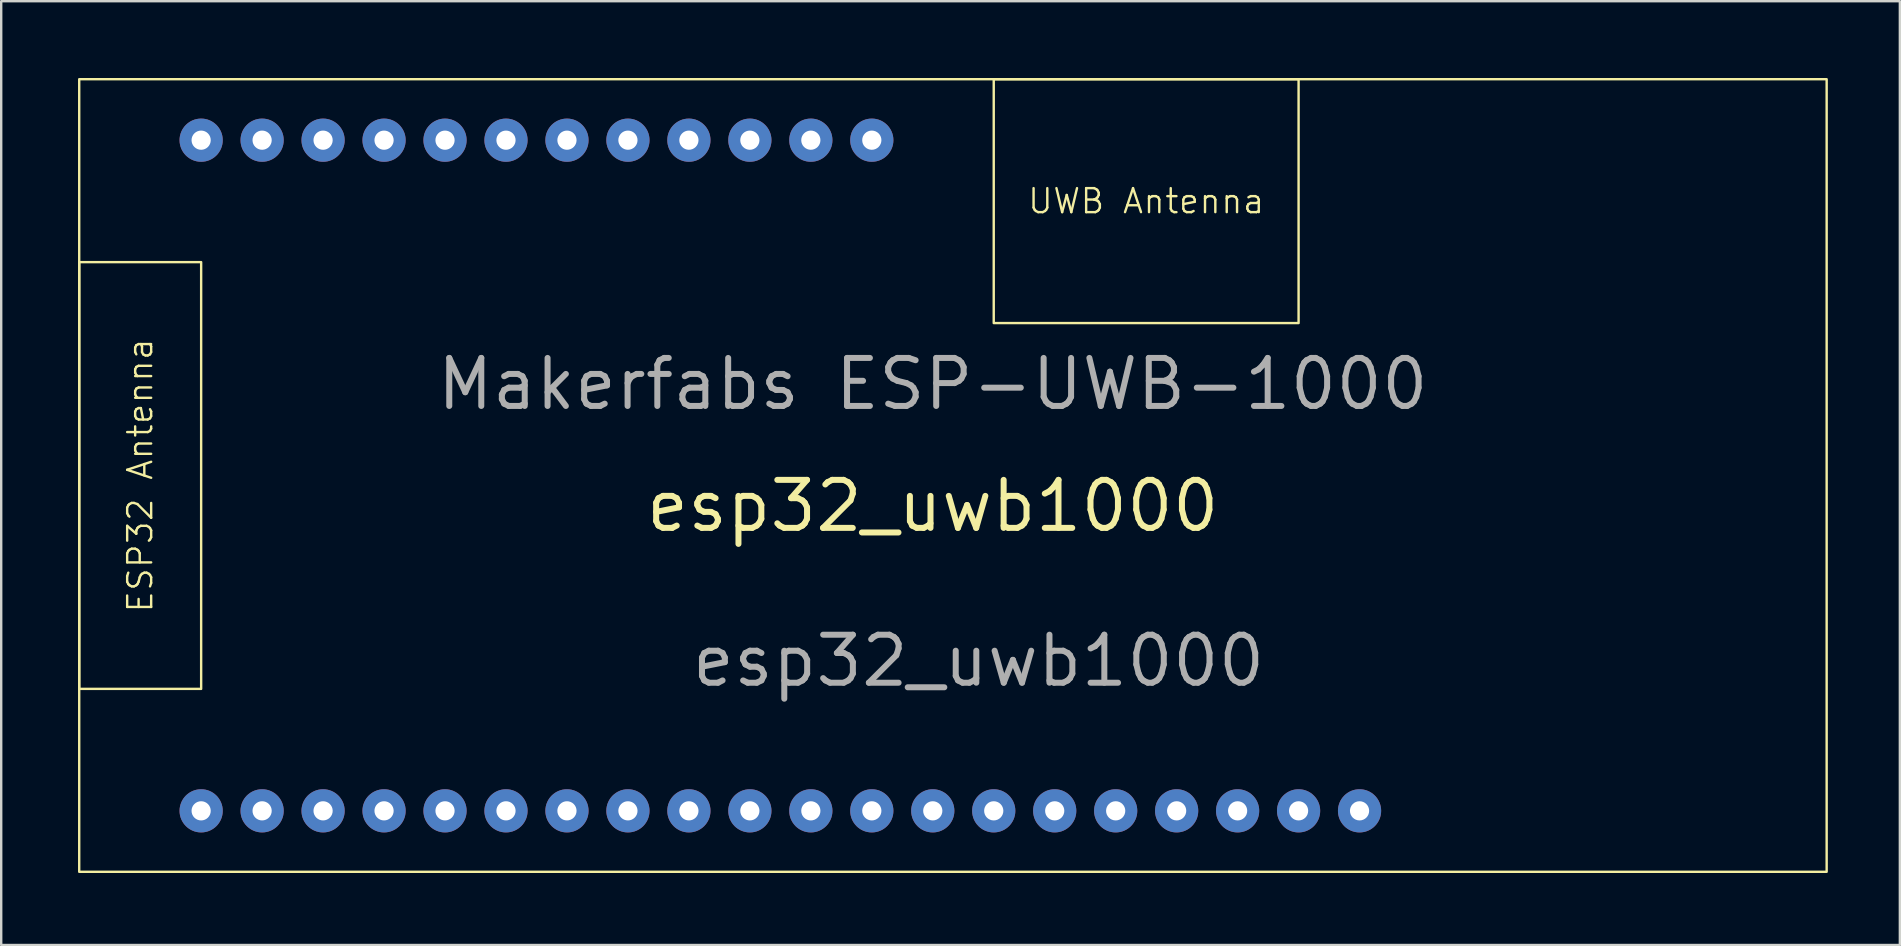
<source format=kicad_pcb>
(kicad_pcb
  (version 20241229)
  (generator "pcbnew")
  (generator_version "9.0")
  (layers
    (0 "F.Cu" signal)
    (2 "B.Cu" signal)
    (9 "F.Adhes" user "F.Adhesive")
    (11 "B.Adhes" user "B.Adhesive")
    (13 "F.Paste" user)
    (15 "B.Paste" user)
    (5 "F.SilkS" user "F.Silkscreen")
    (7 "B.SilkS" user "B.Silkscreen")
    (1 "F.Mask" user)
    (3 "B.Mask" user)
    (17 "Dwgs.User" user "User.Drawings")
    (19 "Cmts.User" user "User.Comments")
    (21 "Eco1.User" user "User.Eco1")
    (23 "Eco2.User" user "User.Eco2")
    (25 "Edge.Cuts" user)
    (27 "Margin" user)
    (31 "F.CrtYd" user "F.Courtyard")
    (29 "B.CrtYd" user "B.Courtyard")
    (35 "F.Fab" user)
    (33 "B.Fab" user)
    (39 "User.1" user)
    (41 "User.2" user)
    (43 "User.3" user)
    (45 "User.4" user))
  (footprint "esp32_uwb1000"
    (layer "F.Cu")
    (at 0.25 0.25)
    (property "Reference" "esp32_uwb1000" (at 35.56 17.78 0) (unlocked yes) (layer "F.SilkS") (effects (font (size 2 2) (thickness 0.25))))
    (fp_rect (start 0 0) (end 72.8 33.02) (stroke (width 0.1) (type solid)) (fill no) (layer "F.SilkS"))
    (fp_rect (start 0 7.62) (end 5.08 25.4) (stroke (width 0.1) (type default)) (fill no) (layer "F.SilkS"))
    (fp_rect (start 38.1 0) (end 50.8 10.16) (stroke (width 0.1) (type default)) (fill no) (layer "F.SilkS"))
    (fp_text user "ESP32 Antenna" (at 2.54 16.51 90) (unlocked yes) (layer "F.SilkS") (effects (font (size 1 1) (thickness 0.1))))
    (fp_text user "UWB Antenna" (at 44.45 5.08 0) (unlocked yes) (layer "F.SilkS") (effects (font (size 1 1) (thickness 0.1))))
    (fp_text user "Makerfabs ESP-UWB-1000" (at 35.56 12.7 0) (unlocked yes) (layer "F.Fab") (effects (font (size 2 2) (thickness 0.25))))
    (fp_text user "${REFERENCE} " (at 25.4 25.4 0) (unlocked yes) (layer "F.Fab") (effects (font (size 2 2) (thickness 0.25)) (justify left bottom)))
    (fp_text user "IO19" (at 30.48 33.02 90) (unlocked yes) (layer "User.4") (effects (font (size 0.5 0.5) (thickness 0.062)) (justify left)))
    (fp_text user "IO22" (at 30.48 0 90) (unlocked yes) (layer "User.4") (effects (font (size 0.5 0.5) (thickness 0.062)) (justify right)))
    (fp_text user "IO14" (at 22.86 33.02 90) (unlocked yes) (layer "User.4") (effects (font (size 0.5 0.5) (thickness 0.062)) (justify left)))
    (fp_text user "IO16" (at 22.86 0 90) (unlocked yes) (layer "User.4") (effects (font (size 0.5 0.5) (thickness 0.062)) (justify right)))
    (fp_text user "GND" (at 7.62 0 90) (unlocked yes) (layer "User.4") (effects (font (size 0.5 0.5) (thickness 0.062)) (justify right)))
    (fp_text user "IO27" (at 38.1 33.02 90) (unlocked yes) (layer "User.4") (effects (font (size 0.5 0.5) (thickness 0.062)) (justify left)))
    (fp_text user "IO4" (at 17.78 0 90) (unlocked yes) (layer "User.4") (effects (font (size 0.5 0.5) (thickness 0.062)) (justify right)))
    (fp_text user "IO2" (at 15.24 33.02 90) (unlocked yes) (layer "User.4") (effects (font (size 0.5 0.5) (thickness 0.062)) (justify left)))
    (fp_text user "3V3" (at 5.08 33.02 90) (unlocked yes) (layer "User.4") (effects (font (size 0.5 0.5) (thickness 0.062)) (justify left)))
    (fp_text user "IO36" (at 50.8 33.02 90) (unlocked yes) (layer "User.4") (effects (font (size 0.5 0.5) (thickness 0.062)) (justify left)))
    (fp_text user "GND" (at 7.62 33.02 90) (unlocked yes) (layer "User.4") (effects (font (size 0.5 0.5) (thickness 0.062)) (justify left)))
    (fp_text user "IO39" (at 53.34 33.02 90) (unlocked yes) (layer "User.4") (effects (font (size 0.5 0.5) (thickness 0.062)) (justify left)))
    (fp_text user "RST" (at 10.16 33.02 90) (unlocked yes) (layer "User.4") (effects (font (size 0.5 0.5) (thickness 0.062)) (justify left)))
    (fp_text user "5V0" (at 5.08 0 90) (unlocked yes) (layer "User.4") (effects (font (size 0.5 0.5) (thickness 0.062)) (justify right)))
    (fp_text user "IO5" (at 20.32 0 90) (unlocked yes) (layer "User.4") (effects (font (size 0.5 0.5) (thickness 0.062)) (justify right)))
    (fp_text user "IO17" (at 25.4 0 90) (unlocked yes) (layer "User.4") (effects (font (size 0.5 0.5) (thickness 0.062)) (justify right)))
    (fp_text user "IO21" (at 27.94 0 90) (unlocked yes) (layer "User.4") (effects (font (size 0.5 0.5) (thickness 0.062)) (justify right)))
    (fp_text user "IO3" (at 10.16 0 90) (unlocked yes) (layer "User.4") (effects (font (size 0.5 0.5) (thickness 0.062)) (justify right)))
    (fp_text user "IO18" (at 27.94 33.02 90) (unlocked yes) (layer "User.4") (effects (font (size 0.5 0.5) (thickness 0.062)) (justify left)))
    (fp_text user "IO12" (at 17.78 33.02 90) (unlocked yes) (layer "User.4") (effects (font (size 0.5 0.5) (thickness 0.062)) (justify left)))
    (fp_text user "IO1" (at 12.7 0 90) (unlocked yes) (layer "User.4") (effects (font (size 0.5 0.5) (thickness 0.062)) (justify right)))
    (fp_text user "IO23" (at 33.02 0 90) (unlocked yes) (layer "User.4") (effects (font (size 0.5 0.5) (thickness 0.062)) (justify right)))
    (fp_text user "GND" (at 12.7 33.02 90) (unlocked yes) (layer "User.4") (effects (font (size 0.5 0.5) (thickness 0.062)) (justify left)))
    (fp_text user "IO0" (at 15.24 0 90) (unlocked yes) (layer "User.4") (effects (font (size 0.5 0.5) (thickness 0.062)) (justify right)))
    (fp_text user "IO26" (at 35.56 33.02 90) (unlocked yes) (layer "User.4") (effects (font (size 0.5 0.5) (thickness 0.062)) (justify left)))
    (fp_text user "IO13" (at 20.32 33.02 90) (unlocked yes) (layer "User.4") (effects (font (size 0.5 0.5) (thickness 0.062)) (justify left)))
    (fp_text user "IO33" (at 43.18 33.02 90) (unlocked yes) (layer "User.4") (effects (font (size 0.5 0.5) (thickness 0.062)) (justify left)))
    (fp_text user "IO32" (at 40.64 33.02 90) (unlocked yes) (layer "User.4") (effects (font (size 0.5 0.5) (thickness 0.062)) (justify left)))
    (fp_text user "IO34" (at 45.72 33.02 90) (unlocked yes) (layer "User.4") (effects (font (size 0.5 0.5) (thickness 0.062)) (justify left)))
    (fp_text user "IO25" (at 33.02 33.02 90) (unlocked yes) (layer "User.4") (effects (font (size 0.5 0.5) (thickness 0.062)) (justify left)))
    (fp_text user "IO35" (at 48.26 33.02 90) (unlocked yes) (layer "User.4") (effects (font (size 0.5 0.5) (thickness 0.062)) (justify left)))
    (fp_text user "IO15" (at 25.4 33.02 90) (unlocked yes) (layer "User.4") (effects (font (size 0.5 0.5) (thickness 0.062)) (justify left)))
    (pad "1" thru_hole circle (at 5.08 30.48) (size 1.8 1.8) (drill 0.8) (layers "*.Cu" "*.Mask"))
    (pad "2" thru_hole circle (at 7.62 30.48) (size 1.8 1.8) (drill 0.8) (layers "*.Cu" "*.Mask"))
    (pad "3" thru_hole circle (at 10.16 30.48) (size 1.8 1.8) (drill 0.8) (layers "*.Cu" "*.Mask"))
    (pad "4" thru_hole circle (at 12.7 30.48) (size 1.8 1.8) (drill 0.8) (layers "*.Cu" "*.Mask"))
    (pad "5" thru_hole circle (at 15.24 30.48) (size 1.8 1.8) (drill 0.8) (layers "*.Cu" "*.Mask"))
    (pad "6" thru_hole circle (at 17.78 30.48) (size 1.8 1.8) (drill 0.8) (layers "*.Cu" "*.Mask"))
    (pad "7" thru_hole circle (at 20.32 30.48) (size 1.8 1.8) (drill 0.8) (layers "*.Cu" "*.Mask"))
    (pad "8" thru_hole circle (at 22.86 30.48) (size 1.8 1.8) (drill 0.8) (layers "*.Cu" "*.Mask"))
    (pad "9" thru_hole circle (at 25.4 30.48) (size 1.8 1.8) (drill 0.8) (layers "*.Cu" "*.Mask"))
    (pad "10" thru_hole circle (at 27.94 30.48) (size 1.8 1.8) (drill 0.8) (layers "*.Cu" "*.Mask"))
    (pad "11" thru_hole circle (at 30.48 30.48) (size 1.8 1.8) (drill 0.8) (layers "*.Cu" "*.Mask"))
    (pad "12" thru_hole circle (at 33.02 30.48) (size 1.8 1.8) (drill 0.8) (layers "*.Cu" "*.Mask"))
    (pad "13" thru_hole circle (at 35.56 30.48) (size 1.8 1.8) (drill 0.8) (layers "*.Cu" "*.Mask"))
    (pad "14" thru_hole circle (at 38.1 30.48) (size 1.8 1.8) (drill 0.8) (layers "*.Cu" "*.Mask"))
    (pad "15" thru_hole circle (at 40.64 30.48) (size 1.8 1.8) (drill 0.8) (layers "*.Cu" "*.Mask"))
    (pad "16" thru_hole circle (at 43.18 30.48) (size 1.8 1.8) (drill 0.8) (layers "*.Cu" "*.Mask"))
    (pad "17" thru_hole circle (at 45.72 30.48) (size 1.8 1.8) (drill 0.8) (layers "*.Cu" "*.Mask"))
    (pad "18" thru_hole circle (at 48.26 30.48) (size 1.8 1.8) (drill 0.8) (layers "*.Cu" "*.Mask"))
    (pad "19" thru_hole circle (at 50.8 30.48) (size 1.8 1.8) (drill 0.8) (layers "*.Cu" "*.Mask"))
    (pad "20" thru_hole circle (at 53.34 30.48) (size 1.8 1.8) (drill 0.8) (layers "*.Cu" "*.Mask"))
    (pad "21" thru_hole circle (at 5.08 2.54) (size 1.8 1.8) (drill 0.8) (layers "*.Cu" "*.Mask"))
    (pad "22" thru_hole circle (at 7.62 2.54) (size 1.8 1.8) (drill 0.8) (layers "*.Cu" "*.Mask"))
    (pad "23" thru_hole circle (at 10.16 2.54) (size 1.8 1.8) (drill 0.8) (layers "*.Cu" "*.Mask"))
    (pad "24" thru_hole circle (at 12.7 2.54) (size 1.8 1.8) (drill 0.8) (layers "*.Cu" "*.Mask"))
    (pad "25" thru_hole circle (at 15.24 2.54) (size 1.8 1.8) (drill 0.8) (layers "*.Cu" "*.Mask"))
    (pad "26" thru_hole circle (at 17.78 2.54) (size 1.8 1.8) (drill 0.8) (layers "*.Cu" "*.Mask"))
    (pad "27" thru_hole circle (at 20.32 2.54) (size 1.8 1.8) (drill 0.8) (layers "*.Cu" "*.Mask"))
    (pad "28" thru_hole circle (at 22.86 2.54) (size 1.8 1.8) (drill 0.8) (layers "*.Cu" "*.Mask"))
    (pad "29" thru_hole circle (at 25.4 2.54) (size 1.8 1.8) (drill 0.8) (layers "*.Cu" "*.Mask"))
    (pad "30" thru_hole circle (at 27.94 2.54) (size 1.8 1.8) (drill 0.8) (layers "*.Cu" "*.Mask"))
    (pad "31" thru_hole circle (at 30.48 2.54) (size 1.8 1.8) (drill 0.8) (layers "*.Cu" "*.Mask"))
    (pad "32" thru_hole circle (at 33.02 2.54) (size 1.8 1.8) (drill 0.8) (layers "*.Cu" "*.Mask"))
    (zone (net_name "") (layers "F.Cu" "B.Cu" "F.SilkS") (name "ESP32 Antenna") (hatch edge 0.5) (connect_pads) (min_thickness 0.25) (filled_areas_thickness no) (keepout (tracks not_allowed) (vias not_allowed) (pads not_allowed) (copperpour not_allowed) (footprints not_allowed)) (placement (enabled no)) (fill) (polygon (pts (xy 5.33 7.87) (xy 5.33 25.65) (xy 0.25 25.65) (xy 0.25 7.87))))
    (zone (net_name "") (layers "F.Cu" "B.Cu" "F.SilkS") (name "UWB Antenna") (hatch edge 0.5) (connect_pads) (min_thickness 0.25) (filled_areas_thickness no) (keepout (tracks not_allowed) (vias not_allowed) (pads not_allowed) (copperpour not_allowed) (footprints not_allowed)) (placement (enabled no)) (fill) (polygon (pts (xy 51.05 0.25) (xy 51.05 10.41) (xy 38.35 10.41) (xy 38.35 0.25)))))
  (gr_rect
    (start -3 -3)
    (end 76.1 36.32)
    (stroke (width 0.1) (type default))
    (fill no)
    (layer "Edge.Cuts")))
</source>
